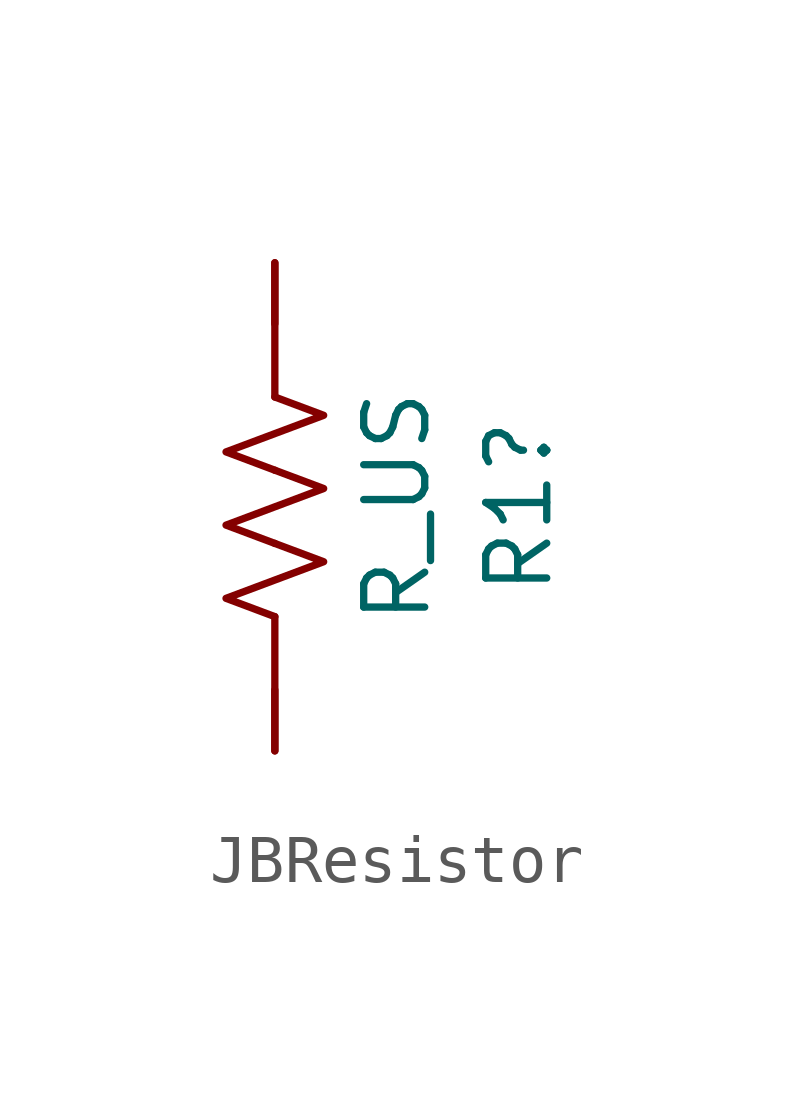
<source format=kicad_sym>
(kicad_symbol_lib
  (version 20220914)
  (generator kicad_symbol_editor)
  (symbol "JBResistor"
    (pin_numbers hide)
    (pin_names
      (offset 0))
    (property "Reference" "R1"
      (at 5.08 0 90)
      (effects (font (size 1.27 1.27))))
    (property "Value" "R_US"
      (at 2.54 0 90)
      (effects (font (size 1.27 1.27))))
    (symbol "JBResistor_0_1"
      (polyline (pts (xy 0 -2.286) (xy 0 -5.08)) (stroke (width 0) (type default)) (fill (type none)))
      (polyline (pts (xy 0 2.286) (xy 0 5.08)) (stroke (width 0) (type default)) (fill (type none)))
      (polyline (pts (xy 0 -0.762) (xy 1.016 -1.143) (xy 0 -1.524) (xy -1.016 -1.905) (xy 0 -2.286)) (stroke (width 0) (type default)) (fill (type none)))
      (polyline (pts (xy 0 0.762) (xy 1.016 0.381) (xy 0 0) (xy -1.016 -0.381) (xy 0 -0.762)) (stroke (width 0) (type default)) (fill (type none)))
      (polyline (pts (xy 0 2.286) (xy 1.016 1.905) (xy 0 1.524) (xy -1.016 1.143) (xy 0 0.762)) (stroke (width 0) (type default)) (fill (type none))))
    (symbol "JBResistor_1_1"
      (pin passive line (at 0 5.08 270) (length 1.27) (name "~" (effects (font (size 1.27 1.27)))) (number "1" (effects (font (size 1.27 1.27)))))
      (pin passive line (at 0 -5.08 90) (length 1.27) (name "~" (effects (font (size 1.27 1.27)))) (number "2" (effects (font (size 1.27 1.27))))))))
</source>
